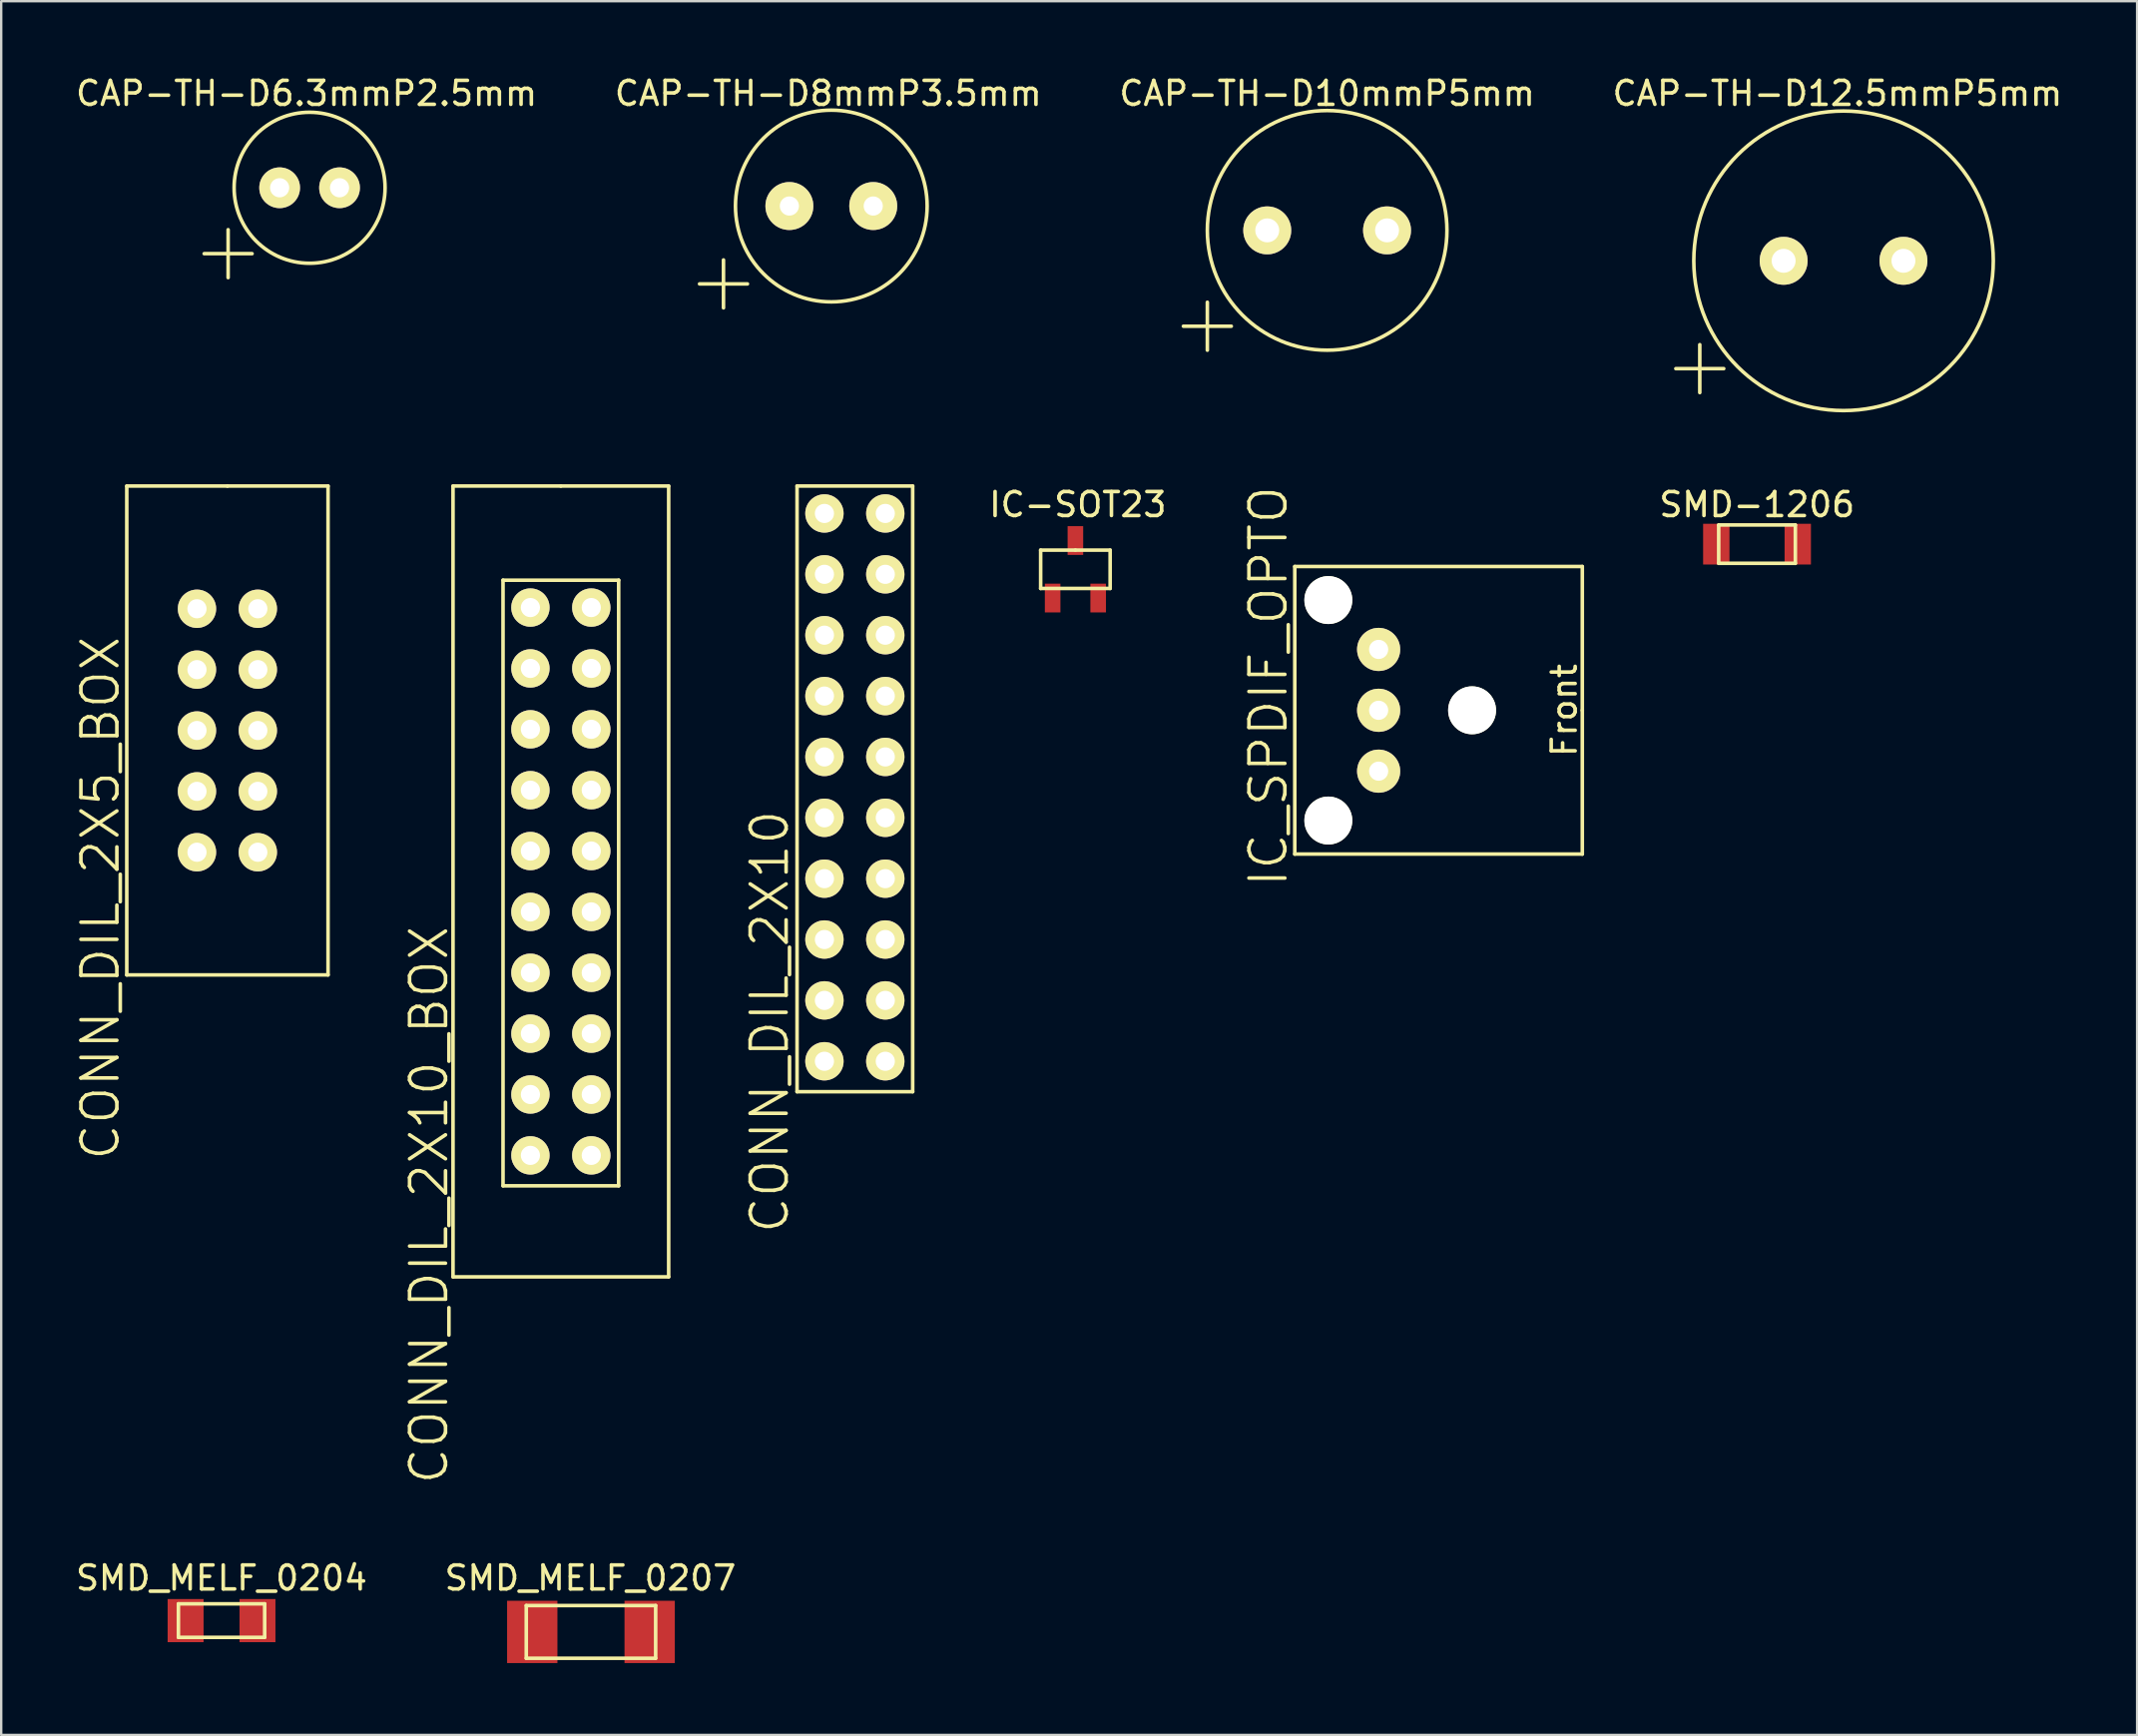
<source format=kicad_pcb>
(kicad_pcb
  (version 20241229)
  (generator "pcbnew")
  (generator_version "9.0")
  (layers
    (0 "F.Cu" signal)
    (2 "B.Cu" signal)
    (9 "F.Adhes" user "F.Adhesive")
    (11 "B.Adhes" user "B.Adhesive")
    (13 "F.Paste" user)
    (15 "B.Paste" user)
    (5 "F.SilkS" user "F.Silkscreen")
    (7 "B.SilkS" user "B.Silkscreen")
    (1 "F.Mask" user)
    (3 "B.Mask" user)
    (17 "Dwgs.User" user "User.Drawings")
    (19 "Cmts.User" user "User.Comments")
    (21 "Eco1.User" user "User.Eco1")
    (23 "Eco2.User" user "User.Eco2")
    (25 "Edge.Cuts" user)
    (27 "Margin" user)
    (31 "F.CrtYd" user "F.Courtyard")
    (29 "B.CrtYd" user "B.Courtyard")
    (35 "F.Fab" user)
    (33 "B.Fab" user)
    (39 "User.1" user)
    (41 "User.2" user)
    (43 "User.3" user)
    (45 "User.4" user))
  (footprint "CONN_DIL_2X10_BOX"
    (layer "F.Cu")
    (at 20.357 33.733)
    (property "Reference" "CONN_DIL_2X10_BOX" (at -5.5 13.5 90) (layer "F.SilkS") (effects (font (size 1.5 1.5) (thickness 0.15))))
    (attr through_hole)
    (fp_line (start -4.5 -16.5) (end -4.5 16.5) (stroke (width 0.15) (type solid)) (layer "F.SilkS"))
    (fp_line (start -4.5 16.5) (end 4.5 16.5) (stroke (width 0.15) (type solid)) (layer "F.SilkS"))
    (fp_line (start -2.413 -12.573) (end -2.413 12.7) (stroke (width 0.15) (type solid)) (layer "F.SilkS"))
    (fp_line (start -2.413 -12.573) (end 2.413 -12.573) (stroke (width 0.15) (type solid)) (layer "F.SilkS"))
    (fp_line (start 0 -16.5) (end -4.5 -16.5) (stroke (width 0.15) (type solid)) (layer "F.SilkS"))
    (fp_line (start 2.413 12.7) (end -2.413 12.7) (stroke (width 0.15) (type solid)) (layer "F.SilkS"))
    (fp_line (start 2.413 12.7) (end 2.413 -12.573) (stroke (width 0.15) (type solid)) (layer "F.SilkS"))
    (fp_line (start 4.5 -16.5) (end 0 -16.5) (stroke (width 0.15) (type solid)) (layer "F.SilkS"))
    (fp_line (start 4.5 16.5) (end 4.5 -16.5) (stroke (width 0.15) (type solid)) (layer "F.SilkS"))
    (pad "1" thru_hole circle (at -1.27 -11.43) (size 1.6 1.6) (drill 0.8) (layers "*.Cu" "*.Mask" "F.SilkS"))
    (pad "2" thru_hole circle (at 1.27 -11.43) (size 1.6 1.6) (drill 0.8) (layers "*.Cu" "*.Mask" "F.SilkS"))
    (pad "3" thru_hole circle (at -1.27 -8.89) (size 1.6 1.6) (drill 0.8) (layers "*.Cu" "*.Mask" "F.SilkS"))
    (pad "4" thru_hole circle (at 1.27 -8.89) (size 1.6 1.6) (drill 0.8) (layers "*.Cu" "*.Mask" "F.SilkS"))
    (pad "5" thru_hole circle (at -1.27 -6.35) (size 1.6 1.6) (drill 0.8) (layers "*.Cu" "*.Mask" "F.SilkS"))
    (pad "6" thru_hole circle (at 1.27 -6.35) (size 1.6 1.6) (drill 0.8) (layers "*.Cu" "*.Mask" "F.SilkS"))
    (pad "7" thru_hole circle (at -1.27 -3.81) (size 1.6 1.6) (drill 0.8) (layers "*.Cu" "*.Mask" "F.SilkS"))
    (pad "8" thru_hole circle (at 1.27 -3.81) (size 1.6 1.6) (drill 0.8) (layers "*.Cu" "*.Mask" "F.SilkS"))
    (pad "9" thru_hole circle (at -1.27 -1.27) (size 1.6 1.6) (drill 0.8) (layers "*.Cu" "*.Mask" "F.SilkS"))
    (pad "10" thru_hole circle (at 1.27 -1.27) (size 1.6 1.6) (drill 0.8) (layers "*.Cu" "*.Mask" "F.SilkS"))
    (pad "11" thru_hole circle (at -1.27 1.27) (size 1.6 1.6) (drill 0.8) (layers "*.Cu" "*.Mask" "F.SilkS"))
    (pad "12" thru_hole circle (at 1.27 1.27) (size 1.6 1.6) (drill 0.8) (layers "*.Cu" "*.Mask" "F.SilkS"))
    (pad "13" thru_hole circle (at -1.27 3.81) (size 1.6 1.6) (drill 0.8) (layers "*.Cu" "*.Mask" "F.SilkS"))
    (pad "14" thru_hole circle (at 1.27 3.81) (size 1.6 1.6) (drill 0.8) (layers "*.Cu" "*.Mask" "F.SilkS"))
    (pad "15" thru_hole circle (at -1.27 6.35) (size 1.6 1.6) (drill 0.8) (layers "*.Cu" "*.Mask" "F.SilkS"))
    (pad "16" thru_hole circle (at 1.27 6.35) (size 1.6 1.6) (drill 0.8) (layers "*.Cu" "*.Mask" "F.SilkS"))
    (pad "17" thru_hole circle (at -1.27 8.89) (size 1.6 1.6) (drill 0.8) (layers "*.Cu" "*.Mask" "F.SilkS"))
    (pad "18" thru_hole circle (at 1.27 8.89) (size 1.6 1.6) (drill 0.8) (layers "*.Cu" "*.Mask" "F.SilkS"))
    (pad "19" thru_hole circle (at -1.27 11.43) (size 1.6 1.6) (drill 0.8) (layers "*.Cu" "*.Mask" "F.SilkS"))
    (pad "20" thru_hole circle (at 1.27 11.43) (size 1.6 1.6) (drill 0.8) (layers "*.Cu" "*.Mask" "F.SilkS")))
  (footprint "CAP-TH-D10mmP5mm"
    (layer "F.Cu")
    (at 52.339 6.563)
    (property "Reference" "CAP-TH-D10mmP5mm" (at 0 -5.715 0) (layer "F.SilkS") (effects (font (size 1 1) (thickness 0.15))))
    (attr through_hole)
    (fp_line (start -6 4) (end -4 4) (stroke (width 0.15) (type solid)) (layer "F.SilkS"))
    (fp_line (start -5 3) (end -5 5) (stroke (width 0.15) (type solid)) (layer "F.SilkS"))
    (fp_circle (center 0 0) (end 5 0) (stroke (width 0.15) (type solid)) (fill no) (layer "F.SilkS"))
    (pad "1" thru_hole circle (at -2.5 0) (size 2 2) (drill 1) (layers "*.Cu" "*.Mask" "F.SilkS"))
    (pad "2" thru_hole circle (at 2.5 0) (size 2 2) (drill 1) (layers "*.Cu" "*.Mask" "F.SilkS")))
  (footprint "SMD-1206"
    (layer "F.Cu")
    (at 70.28 19.657)
    (property "Reference" "SMD-1206" (at 0 -1.65 0) (layer "F.SilkS") (effects (font (size 1 1) (thickness 0.15))))
    (attr smd)
    (fp_line (start -1.6 -0.8) (end 1.6 -0.8) (stroke (width 0.15) (type solid)) (layer "F.SilkS"))
    (fp_line (start -1.6 0.8) (end -1.6 -0.8) (stroke (width 0.15) (type solid)) (layer "F.SilkS"))
    (fp_line (start 1.6 -0.8) (end 1.6 0.8) (stroke (width 0.15) (type solid)) (layer "F.SilkS"))
    (fp_line (start 1.6 0.8) (end -1.6 0.8) (stroke (width 0.15) (type solid)) (layer "F.SilkS"))
    (pad "1" smd rect (at -1.7 0) (size 1.1 1.7) (layers "F.Cu" "F.Mask" "F.Paste"))
    (pad "2" smd rect (at 1.7 0) (size 1.1 1.7) (layers "F.Cu" "F.Mask" "F.Paste")))
  (footprint "IC_SPDIF_OPTO"
    (layer "F.Cu")
    (at 54.488 26.59)
    (property "Reference" "IC_SPDIF_OPTO" (at -4.6 -1 90) (layer "F.SilkS") (effects (font (size 1.5 1.5) (thickness 0.15))))
    (attr through_hole)
    (fp_line (start -3.5 -6) (end -3.5 6) (stroke (width 0.15) (type solid)) (layer "F.SilkS"))
    (fp_line (start -3.5 6) (end 8.5 6) (stroke (width 0.15) (type solid)) (layer "F.SilkS"))
    (fp_line (start 8.5 -6) (end -3.5 -6) (stroke (width 0.15) (type solid)) (layer "F.SilkS"))
    (fp_line (start 8.5 0) (end 8.5 -6) (stroke (width 0.15) (type solid)) (layer "F.SilkS"))
    (fp_line (start 8.5 6) (end 8.5 0) (stroke (width 0.15) (type solid)) (layer "F.SilkS"))
    (fp_text user "Front" (at 7.747 0 90) (layer "F.SilkS") (effects (font (size 1 1) (thickness 0.15))))
    (pad "" np_thru_hole circle (at -2.1 -4.6) (size 2 2) (drill 2) (layers "*.Cu" "*.Mask" "F.SilkS"))
    (pad "" np_thru_hole circle (at -2.1 4.6) (size 2 2) (drill 2) (layers "*.Cu" "*.Mask" "F.SilkS"))
    (pad "" np_thru_hole circle (at 3.9 0) (size 2 2) (drill 2) (layers "*.Cu" "*.Mask" "F.SilkS"))
    (pad "1" thru_hole circle (at 0 2.54) (size 1.8 1.8) (drill 0.8) (layers "*.Cu" "*.Mask" "F.SilkS"))
    (pad "2" thru_hole circle (at 0 0) (size 1.8 1.8) (drill 0.8) (layers "*.Cu" "*.Mask" "F.SilkS"))
    (pad "3" thru_hole circle (at 0 -2.54) (size 1.8 1.8) (drill 0.8) (layers "*.Cu" "*.Mask" "F.SilkS")))
  (footprint "CAP-TH-D8mmP3.5mm"
    (layer "F.Cu")
    (at 31.645 5.547)
    (property "Reference" "CAP-TH-D8mmP3.5mm" (at -0.127 -4.699 0) (layer "F.SilkS") (effects (font (size 1 1) (thickness 0.15))))
    (attr through_hole)
    (fp_line (start -5.5 3.25) (end -3.5 3.25) (stroke (width 0.15) (type solid)) (layer "F.SilkS"))
    (fp_line (start -4.5 2.25) (end -4.5 4.25) (stroke (width 0.15) (type solid)) (layer "F.SilkS"))
    (fp_circle (center 0 0) (end 4 0) (stroke (width 0.15) (type solid)) (fill no) (layer "F.SilkS"))
    (pad "1" thru_hole circle (at -1.75 0) (size 2 2) (drill 0.8) (layers "*.Cu" "*.Mask" "F.SilkS"))
    (pad "2" thru_hole circle (at 1.75 0) (size 2 2) (drill 0.8) (layers "*.Cu" "*.Mask" "F.SilkS")))
  (footprint "SMD_MELF_0207"
    (layer "F.Cu")
    (at 21.614 65.049)
    (property "Reference" "SMD_MELF_0207" (at -0.025 -2.25 0) (layer "F.SilkS") (effects (font (size 1 1) (thickness 0.15))))
    (attr smd)
    (fp_line (start -2.7 -1.1) (end 2.7 -1.1) (stroke (width 0.15) (type solid)) (layer "F.SilkS"))
    (fp_line (start -2.7 1.1) (end -2.7 -1.1) (stroke (width 0.15) (type solid)) (layer "F.SilkS"))
    (fp_line (start 2.7 -1.1) (end 2.7 1.1) (stroke (width 0.15) (type solid)) (layer "F.SilkS"))
    (fp_line (start 2.7 1.1) (end -2.7 1.1) (stroke (width 0.15) (type solid)) (layer "F.SilkS"))
    (pad "1" smd rect (at -2.45 0) (size 2.1 2.6) (layers "F.Cu" "F.Mask" "F.Paste"))
    (pad "2" smd rect (at 2.45 0) (size 2.1 2.6) (layers "F.Cu" "F.Mask" "F.Paste")))
  (footprint "CONN_DIL_2X10"
    (layer "F.Cu")
    (at 32.628 42.506)
    (property "Reference" "CONN_DIL_2X10" (at -3.556 -2.921 90) (layer "F.SilkS") (effects (font (size 1.5 1.5) (thickness 0.15))))
    (attr through_hole)
    (fp_line (start -2.413 -25.273) (end -2.413 0) (stroke (width 0.15) (type solid)) (layer "F.SilkS"))
    (fp_line (start -2.413 -25.273) (end 2.413 -25.273) (stroke (width 0.15) (type solid)) (layer "F.SilkS"))
    (fp_line (start 2.413 0) (end -2.413 0) (stroke (width 0.15) (type solid)) (layer "F.SilkS"))
    (fp_line (start 2.413 0) (end 2.413 -25.273) (stroke (width 0.15) (type solid)) (layer "F.SilkS"))
    (pad "1" thru_hole circle (at -1.27 -24.13) (size 1.6 1.6) (drill 0.8) (layers "*.Cu" "*.Mask" "F.SilkS"))
    (pad "2" thru_hole circle (at 1.27 -24.13) (size 1.6 1.6) (drill 0.8) (layers "*.Cu" "*.Mask" "F.SilkS"))
    (pad "3" thru_hole circle (at -1.27 -21.59) (size 1.6 1.6) (drill 0.8) (layers "*.Cu" "*.Mask" "F.SilkS"))
    (pad "4" thru_hole circle (at 1.27 -21.59) (size 1.6 1.6) (drill 0.8) (layers "*.Cu" "*.Mask" "F.SilkS"))
    (pad "5" thru_hole circle (at -1.27 -19.05) (size 1.6 1.6) (drill 0.8) (layers "*.Cu" "*.Mask" "F.SilkS"))
    (pad "6" thru_hole circle (at 1.27 -19.05) (size 1.6 1.6) (drill 0.8) (layers "*.Cu" "*.Mask" "F.SilkS"))
    (pad "7" thru_hole circle (at -1.27 -16.51) (size 1.6 1.6) (drill 0.8) (layers "*.Cu" "*.Mask" "F.SilkS"))
    (pad "8" thru_hole circle (at 1.27 -16.51) (size 1.6 1.6) (drill 0.8) (layers "*.Cu" "*.Mask" "F.SilkS"))
    (pad "9" thru_hole circle (at -1.27 -13.97) (size 1.6 1.6) (drill 0.8) (layers "*.Cu" "*.Mask" "F.SilkS"))
    (pad "10" thru_hole circle (at 1.27 -13.97) (size 1.6 1.6) (drill 0.8) (layers "*.Cu" "*.Mask" "F.SilkS"))
    (pad "11" thru_hole circle (at -1.27 -11.43) (size 1.6 1.6) (drill 0.8) (layers "*.Cu" "*.Mask" "F.SilkS"))
    (pad "12" thru_hole circle (at 1.27 -11.43) (size 1.6 1.6) (drill 0.8) (layers "*.Cu" "*.Mask" "F.SilkS"))
    (pad "13" thru_hole circle (at -1.27 -8.89) (size 1.6 1.6) (drill 0.8) (layers "*.Cu" "*.Mask" "F.SilkS"))
    (pad "14" thru_hole circle (at 1.27 -8.89) (size 1.6 1.6) (drill 0.8) (layers "*.Cu" "*.Mask" "F.SilkS"))
    (pad "15" thru_hole circle (at -1.27 -6.35) (size 1.6 1.6) (drill 0.8) (layers "*.Cu" "*.Mask" "F.SilkS"))
    (pad "16" thru_hole circle (at 1.27 -6.35) (size 1.6 1.6) (drill 0.8) (layers "*.Cu" "*.Mask" "F.SilkS"))
    (pad "17" thru_hole circle (at -1.27 -3.81) (size 1.6 1.6) (drill 0.8) (layers "*.Cu" "*.Mask" "F.SilkS"))
    (pad "18" thru_hole circle (at 1.27 -3.81) (size 1.6 1.6) (drill 0.8) (layers "*.Cu" "*.Mask" "F.SilkS"))
    (pad "19" thru_hole circle (at -1.27 -1.27) (size 1.6 1.6) (drill 0.8) (layers "*.Cu" "*.Mask" "F.SilkS"))
    (pad "20" thru_hole circle (at 1.27 -1.27) (size 1.6 1.6) (drill 0.8) (layers "*.Cu" "*.Mask" "F.SilkS")))
  (footprint "CAP-TH-D6.3mmP2.5mm"
    (layer "F.Cu")
    (at 9.871 4.785)
    (property "Reference" "CAP-TH-D6.3mmP2.5mm" (at -0.127 -3.937 0) (layer "F.SilkS") (effects (font (size 1 1) (thickness 0.15))))
    (attr through_hole)
    (fp_line (start -4.4 2.75) (end -2.4 2.75) (stroke (width 0.15) (type solid)) (layer "F.SilkS"))
    (fp_line (start -3.4 1.75) (end -3.4 3.75) (stroke (width 0.15) (type solid)) (layer "F.SilkS"))
    (fp_circle (center 0 0) (end 3.15 0.05) (stroke (width 0.15) (type solid)) (fill no) (layer "F.SilkS"))
    (pad "1" thru_hole circle (at -1.25 0) (size 1.7 1.7) (drill 0.8) (layers "*.Cu" "*.Mask" "F.SilkS"))
    (pad "2" thru_hole circle (at 1.25 0) (size 1.7 1.7) (drill 0.8) (layers "*.Cu" "*.Mask" "F.SilkS")))
  (footprint "CAP-TH-D12.5mmP5mm"
    (layer "F.Cu")
    (at 73.891 7.833)
    (property "Reference" "CAP-TH-D12.5mmP5mm" (at -0.254 -6.985 0) (layer "F.SilkS") (effects (font (size 1 1) (thickness 0.15))))
    (attr through_hole)
    (fp_line (start -7 4.5) (end -5 4.5) (stroke (width 0.15) (type solid)) (layer "F.SilkS"))
    (fp_line (start -6 3.5) (end -6 5.5) (stroke (width 0.15) (type solid)) (layer "F.SilkS"))
    (fp_circle (center 0 0) (end 6.25 0) (stroke (width 0.15) (type solid)) (fill no) (layer "F.SilkS"))
    (pad "1" thru_hole circle (at -2.5 0) (size 2 2) (drill 1) (layers "*.Cu" "*.Mask" "F.SilkS"))
    (pad "2" thru_hole circle (at 2.5 0) (size 2 2) (drill 1) (layers "*.Cu" "*.Mask" "F.SilkS")))
  (footprint "SMD_MELF_0204"
    (layer "F.Cu")
    (at 6.196 64.577)
    (property "Reference" "SMD_MELF_0204" (at 0 -1.778 0) (layer "F.SilkS") (effects (font (size 1 1) (thickness 0.15))))
    (attr smd)
    (fp_line (start -1.8 -0.7) (end 1.8 -0.7) (stroke (width 0.15) (type solid)) (layer "F.SilkS"))
    (fp_line (start -1.8 0.7) (end -1.8 -0.7) (stroke (width 0.15) (type solid)) (layer "F.SilkS"))
    (fp_line (start 1.8 -0.7) (end 1.8 0.7) (stroke (width 0.15) (type solid)) (layer "F.SilkS"))
    (fp_line (start 1.8 0.7) (end -1.8 0.7) (stroke (width 0.15) (type solid)) (layer "F.SilkS"))
    (pad "1" smd rect (at -1.5 0) (size 1.5 1.8) (layers "F.Cu" "F.Mask" "F.Paste"))
    (pad "2" smd rect (at 1.5 0) (size 1.5 1.8) (layers "F.Cu" "F.Mask" "F.Paste")))
  (footprint "IC-SOT23"
    (layer "F.Cu")
    (at 41.832 20.706)
    (property "Reference" "IC-SOT23" (at 0.1 -2.7 0) (layer "F.SilkS") (effects (font (size 1 1) (thickness 0.15))))
    (attr smd)
    (fp_line (start -1.45 -0.8) (end -1.45 0.8) (stroke (width 0.15) (type solid)) (layer "F.SilkS"))
    (fp_line (start -1.45 0.8) (end 1.45 0.8) (stroke (width 0.15) (type solid)) (layer "F.SilkS"))
    (fp_line (start 0 -0.8) (end -1.45 -0.8) (stroke (width 0.15) (type solid)) (layer "F.SilkS"))
    (fp_line (start 1.45 -0.8) (end 0 -0.8) (stroke (width 0.15) (type solid)) (layer "F.SilkS"))
    (fp_line (start 1.45 0.8) (end 1.45 -0.8) (stroke (width 0.15) (type solid)) (layer "F.SilkS"))
    (pad "1" smd rect (at -0.95 1.2) (size 0.65 1.2) (layers "F.Cu" "F.Mask" "F.Paste"))
    (pad "2" smd rect (at 0.95 1.2) (size 0.65 1.2) (layers "F.Cu" "F.Mask" "F.Paste"))
    (pad "3" smd rect (at 0 -1.2) (size 0.65 1.2) (layers "F.Cu" "F.Mask" "F.Paste")))
  (footprint "CONN_DIL_2X5_BOX"
    (layer "F.Cu")
    (at 6.441 27.433)
    (property "Reference" "CONN_DIL_2X5_BOX" (at -5.3 7 90) (layer "F.SilkS") (effects (font (size 1.5 1.5) (thickness 0.15))))
    (attr through_hole)
    (fp_line (start -4.2 -10.2) (end -4.2 10.2) (stroke (width 0.15) (type solid)) (layer "F.SilkS"))
    (fp_line (start -4.2 10.2) (end 4.2 10.2) (stroke (width 0.15) (type solid)) (layer "F.SilkS"))
    (fp_line (start 0 -10.2) (end -4.2 -10.2) (stroke (width 0.15) (type solid)) (layer "F.SilkS"))
    (fp_line (start 4.2 -10.2) (end 0 -10.2) (stroke (width 0.15) (type solid)) (layer "F.SilkS"))
    (fp_line (start 4.2 10.2) (end 4.2 -10.2) (stroke (width 0.15) (type solid)) (layer "F.SilkS"))
    (pad "1" thru_hole circle (at -1.27 -5.08) (size 1.6 1.6) (drill 0.8) (layers "*.Cu" "*.Mask" "F.SilkS"))
    (pad "2" thru_hole circle (at 1.27 -5.08) (size 1.6 1.6) (drill 0.8) (layers "*.Cu" "*.Mask" "F.SilkS"))
    (pad "3" thru_hole circle (at -1.27 -2.54) (size 1.6 1.6) (drill 0.8) (layers "*.Cu" "*.Mask" "F.SilkS"))
    (pad "4" thru_hole circle (at 1.27 -2.54) (size 1.6 1.6) (drill 0.8) (layers "*.Cu" "*.Mask" "F.SilkS"))
    (pad "5" thru_hole circle (at -1.27 0) (size 1.6 1.6) (drill 0.8) (layers "*.Cu" "*.Mask" "F.SilkS"))
    (pad "6" thru_hole circle (at 1.27 0) (size 1.6 1.6) (drill 0.8) (layers "*.Cu" "*.Mask" "F.SilkS"))
    (pad "7" thru_hole circle (at -1.27 2.54) (size 1.6 1.6) (drill 0.8) (layers "*.Cu" "*.Mask" "F.SilkS"))
    (pad "8" thru_hole circle (at 1.27 2.54) (size 1.6 1.6) (drill 0.8) (layers "*.Cu" "*.Mask" "F.SilkS"))
    (pad "9" thru_hole circle (at -1.27 5.08) (size 1.6 1.6) (drill 0.8) (layers "*.Cu" "*.Mask" "F.SilkS"))
    (pad "10" thru_hole circle (at 1.27 5.08) (size 1.6 1.6) (drill 0.8) (layers "*.Cu" "*.Mask" "F.SilkS")))
  (gr_rect
    (start -3 -3)
    (end 86.143 69.349)
    (stroke (width 0.1) (type default))
    (fill no)
    (layer "Edge.Cuts")))
</source>
